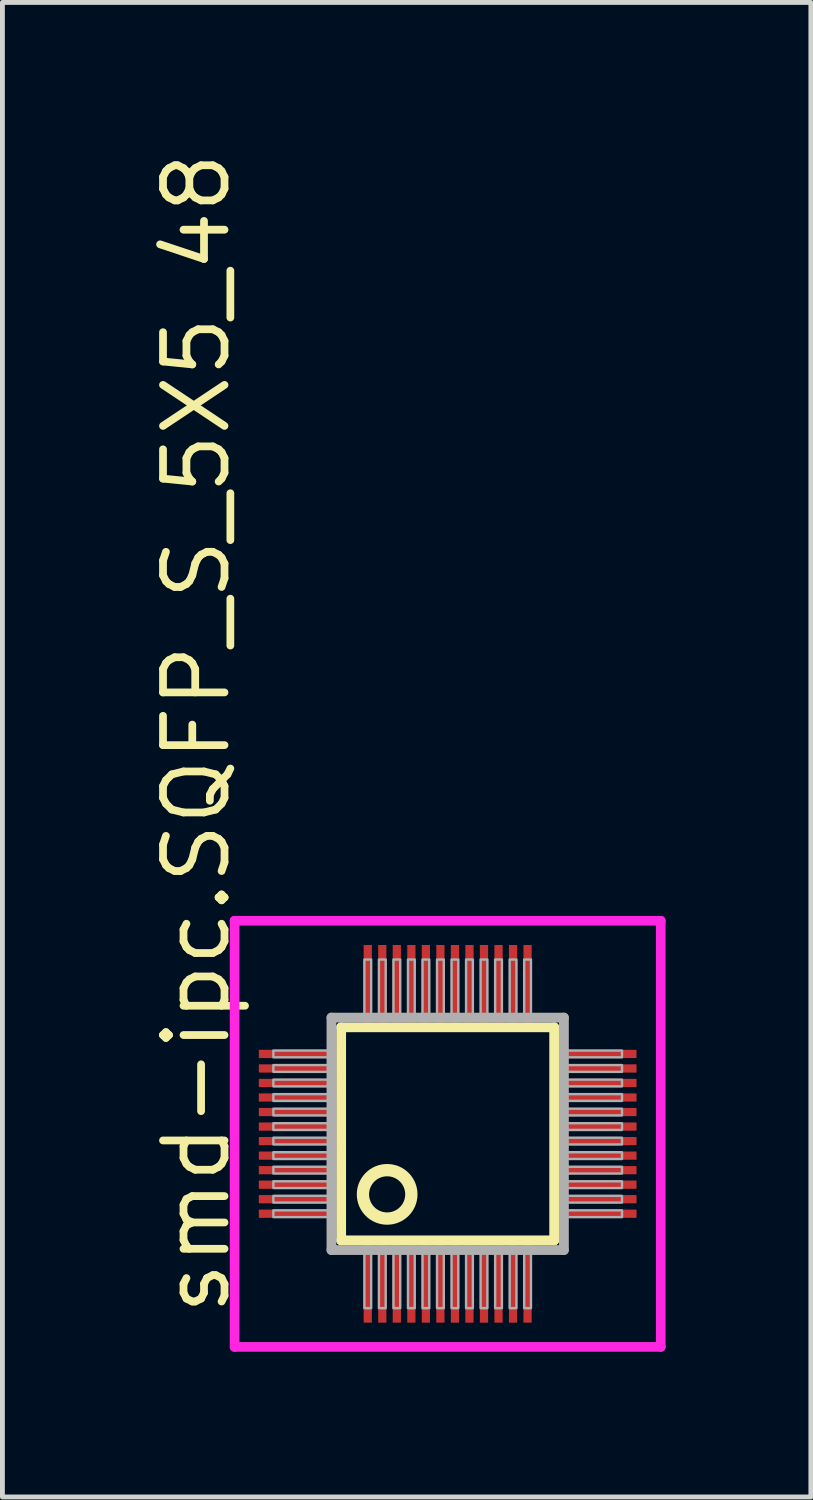
<source format=kicad_pcb>
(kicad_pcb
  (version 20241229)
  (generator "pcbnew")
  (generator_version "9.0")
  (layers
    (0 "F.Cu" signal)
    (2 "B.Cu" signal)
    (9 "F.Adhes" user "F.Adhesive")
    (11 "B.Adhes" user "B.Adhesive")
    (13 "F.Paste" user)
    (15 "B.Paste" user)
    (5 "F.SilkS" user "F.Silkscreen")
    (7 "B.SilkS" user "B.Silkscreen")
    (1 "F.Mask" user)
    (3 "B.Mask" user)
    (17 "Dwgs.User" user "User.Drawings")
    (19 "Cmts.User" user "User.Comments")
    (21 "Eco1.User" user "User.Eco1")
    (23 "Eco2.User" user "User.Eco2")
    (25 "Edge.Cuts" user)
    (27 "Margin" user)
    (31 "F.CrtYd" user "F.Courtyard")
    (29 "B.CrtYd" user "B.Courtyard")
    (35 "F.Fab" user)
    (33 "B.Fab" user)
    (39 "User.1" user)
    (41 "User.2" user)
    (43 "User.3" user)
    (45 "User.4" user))
  (footprint "smd-ipc.SQFP_S_5X5_48"
    (layer "F.Cu")
    (at 6.195 20.365)
    (property "Reference" "smd-ipc.SQFP_S_5X5_48" (at -4.445 3.81 90) (layer "F.SilkS") (effects (font (size 1.27 1.27) (thickness 0.16)) (justify left bottom)))
    (attr smd)
    (fp_line (start -2.2 -2.2) (end 2.2 -2.2) (stroke (width 0.203) (type default)) (layer "F.SilkS"))
    (fp_line (start -2.2 2.2) (end -2.2 -2.2) (stroke (width 0.203) (type default)) (layer "F.SilkS"))
    (fp_line (start 2.2 -2.2) (end 2.2 2.2) (stroke (width 0.203) (type default)) (layer "F.SilkS"))
    (fp_line (start 2.2 2.2) (end -2.2 2.2) (stroke (width 0.203) (type default)) (layer "F.SilkS"))
    (fp_circle (center -1.25 1.25) (end -0.75 1.25) (stroke (width 0.254) (type default)) (fill no) (layer "F.SilkS"))
    (fp_line (start -4.4 -4.4) (end 4.4 -4.4) (stroke (width 0.2) (type default)) (layer "F.CrtYd"))
    (fp_line (start -4.4 4.4) (end -4.4 -4.4) (stroke (width 0.2) (type default)) (layer "F.CrtYd"))
    (fp_line (start 4.4 -4.4) (end 4.4 4.4) (stroke (width 0.2) (type default)) (layer "F.CrtYd"))
    (fp_line (start 4.4 4.4) (end -4.4 4.4) (stroke (width 0.2) (type default)) (layer "F.CrtYd"))
    (fp_line (start -2.4 -2.4) (end -2.4 2.4) (stroke (width 0.203) (type default)) (layer "F.Fab"))
    (fp_line (start -2.4 2.4) (end 2.4 2.4) (stroke (width 0.203) (type default)) (layer "F.Fab"))
    (fp_line (start 2.4 -2.4) (end -2.4 -2.4) (stroke (width 0.203) (type default)) (layer "F.Fab"))
    (fp_line (start 2.4 2.4) (end 2.4 -2.4) (stroke (width 0.203) (type default)) (layer "F.Fab"))
    (fp_rect (start -3.6 -1.58) (end -2.45 -1.72) (stroke (width 0.05) (type default)) (fill no) (layer "F.Fab"))
    (fp_rect (start -3.6 -1.28) (end -2.45 -1.42) (stroke (width 0.05) (type default)) (fill no) (layer "F.Fab"))
    (fp_rect (start -3.6 -0.98) (end -2.45 -1.12) (stroke (width 0.05) (type default)) (fill no) (layer "F.Fab"))
    (fp_rect (start -3.6 -0.68) (end -2.45 -0.82) (stroke (width 0.05) (type default)) (fill no) (layer "F.Fab"))
    (fp_rect (start -3.6 -0.38) (end -2.45 -0.52) (stroke (width 0.05) (type default)) (fill no) (layer "F.Fab"))
    (fp_rect (start -3.6 -0.08) (end -2.45 -0.22) (stroke (width 0.05) (type default)) (fill no) (layer "F.Fab"))
    (fp_rect (start -3.6 0.22) (end -2.45 0.08) (stroke (width 0.05) (type default)) (fill no) (layer "F.Fab"))
    (fp_rect (start -3.6 0.52) (end -2.45 0.38) (stroke (width 0.05) (type default)) (fill no) (layer "F.Fab"))
    (fp_rect (start -3.6 0.82) (end -2.45 0.68) (stroke (width 0.05) (type default)) (fill no) (layer "F.Fab"))
    (fp_rect (start -3.6 1.12) (end -2.45 0.98) (stroke (width 0.05) (type default)) (fill no) (layer "F.Fab"))
    (fp_rect (start -3.6 1.42) (end -2.45 1.28) (stroke (width 0.05) (type default)) (fill no) (layer "F.Fab"))
    (fp_rect (start -3.6 1.72) (end -2.45 1.58) (stroke (width 0.05) (type default)) (fill no) (layer "F.Fab"))
    (fp_rect (start -1.72 -2.45) (end -1.58 -3.6) (stroke (width 0.05) (type default)) (fill no) (layer "F.Fab"))
    (fp_rect (start -1.72 3.6) (end -1.58 2.45) (stroke (width 0.05) (type default)) (fill no) (layer "F.Fab"))
    (fp_rect (start -1.42 -2.45) (end -1.28 -3.6) (stroke (width 0.05) (type default)) (fill no) (layer "F.Fab"))
    (fp_rect (start -1.42 3.6) (end -1.28 2.45) (stroke (width 0.05) (type default)) (fill no) (layer "F.Fab"))
    (fp_rect (start -1.12 -2.45) (end -0.98 -3.6) (stroke (width 0.05) (type default)) (fill no) (layer "F.Fab"))
    (fp_rect (start -1.12 3.6) (end -0.98 2.45) (stroke (width 0.05) (type default)) (fill no) (layer "F.Fab"))
    (fp_rect (start -0.82 -2.45) (end -0.68 -3.6) (stroke (width 0.05) (type default)) (fill no) (layer "F.Fab"))
    (fp_rect (start -0.82 3.6) (end -0.68 2.45) (stroke (width 0.05) (type default)) (fill no) (layer "F.Fab"))
    (fp_rect (start -0.52 -2.45) (end -0.38 -3.6) (stroke (width 0.05) (type default)) (fill no) (layer "F.Fab"))
    (fp_rect (start -0.52 3.6) (end -0.38 2.45) (stroke (width 0.05) (type default)) (fill no) (layer "F.Fab"))
    (fp_rect (start -0.22 -2.45) (end -0.08 -3.6) (stroke (width 0.05) (type default)) (fill no) (layer "F.Fab"))
    (fp_rect (start -0.22 3.6) (end -0.08 2.45) (stroke (width 0.05) (type default)) (fill no) (layer "F.Fab"))
    (fp_rect (start 0.08 -2.45) (end 0.22 -3.6) (stroke (width 0.05) (type default)) (fill no) (layer "F.Fab"))
    (fp_rect (start 0.08 3.6) (end 0.22 2.45) (stroke (width 0.05) (type default)) (fill no) (layer "F.Fab"))
    (fp_rect (start 0.38 -2.45) (end 0.52 -3.6) (stroke (width 0.05) (type default)) (fill no) (layer "F.Fab"))
    (fp_rect (start 0.38 3.6) (end 0.52 2.45) (stroke (width 0.05) (type default)) (fill no) (layer "F.Fab"))
    (fp_rect (start 0.68 -2.45) (end 0.82 -3.6) (stroke (width 0.05) (type default)) (fill no) (layer "F.Fab"))
    (fp_rect (start 0.68 3.6) (end 0.82 2.45) (stroke (width 0.05) (type default)) (fill no) (layer "F.Fab"))
    (fp_rect (start 0.98 -2.45) (end 1.12 -3.6) (stroke (width 0.05) (type default)) (fill no) (layer "F.Fab"))
    (fp_rect (start 0.98 3.6) (end 1.12 2.45) (stroke (width 0.05) (type default)) (fill no) (layer "F.Fab"))
    (fp_rect (start 1.28 -2.45) (end 1.42 -3.6) (stroke (width 0.05) (type default)) (fill no) (layer "F.Fab"))
    (fp_rect (start 1.28 3.6) (end 1.42 2.45) (stroke (width 0.05) (type default)) (fill no) (layer "F.Fab"))
    (fp_rect (start 1.58 -2.45) (end 1.72 -3.6) (stroke (width 0.05) (type default)) (fill no) (layer "F.Fab"))
    (fp_rect (start 1.58 3.6) (end 1.72 2.45) (stroke (width 0.05) (type default)) (fill no) (layer "F.Fab"))
    (fp_rect (start 2.45 -1.58) (end 3.6 -1.72) (stroke (width 0.05) (type default)) (fill no) (layer "F.Fab"))
    (fp_rect (start 2.45 -1.28) (end 3.6 -1.42) (stroke (width 0.05) (type default)) (fill no) (layer "F.Fab"))
    (fp_rect (start 2.45 -0.98) (end 3.6 -1.12) (stroke (width 0.05) (type default)) (fill no) (layer "F.Fab"))
    (fp_rect (start 2.45 -0.68) (end 3.6 -0.82) (stroke (width 0.05) (type default)) (fill no) (layer "F.Fab"))
    (fp_rect (start 2.45 -0.38) (end 3.6 -0.52) (stroke (width 0.05) (type default)) (fill no) (layer "F.Fab"))
    (fp_rect (start 2.45 -0.08) (end 3.6 -0.22) (stroke (width 0.05) (type default)) (fill no) (layer "F.Fab"))
    (fp_rect (start 2.45 0.22) (end 3.6 0.08) (stroke (width 0.05) (type default)) (fill no) (layer "F.Fab"))
    (fp_rect (start 2.45 0.52) (end 3.6 0.38) (stroke (width 0.05) (type default)) (fill no) (layer "F.Fab"))
    (fp_rect (start 2.45 0.82) (end 3.6 0.68) (stroke (width 0.05) (type default)) (fill no) (layer "F.Fab"))
    (fp_rect (start 2.45 1.12) (end 3.6 0.98) (stroke (width 0.05) (type default)) (fill no) (layer "F.Fab"))
    (fp_rect (start 2.45 1.42) (end 3.6 1.28) (stroke (width 0.05) (type default)) (fill no) (layer "F.Fab"))
    (fp_rect (start 2.45 1.72) (end 3.6 1.58) (stroke (width 0.05) (type default)) (fill no) (layer "F.Fab"))
    (pad "1" smd roundrect (at -1.65 3.1) (size 0.17 1.6) (layers "F.Cu" "F.Mask" "F.Paste") (roundrect_rratio 0.01))
    (pad "2" smd roundrect (at -1.35 3.1) (size 0.17 1.6) (layers "F.Cu" "F.Mask" "F.Paste") (roundrect_rratio 0.01))
    (pad "3" smd roundrect (at -1.05 3.1) (size 0.17 1.6) (layers "F.Cu" "F.Mask" "F.Paste") (roundrect_rratio 0.01))
    (pad "4" smd roundrect (at -0.75 3.1) (size 0.17 1.6) (layers "F.Cu" "F.Mask" "F.Paste") (roundrect_rratio 0.01))
    (pad "5" smd roundrect (at -0.45 3.1) (size 0.17 1.6) (layers "F.Cu" "F.Mask" "F.Paste") (roundrect_rratio 0.01))
    (pad "6" smd roundrect (at -0.15 3.1) (size 0.17 1.6) (layers "F.Cu" "F.Mask" "F.Paste") (roundrect_rratio 0.01))
    (pad "7" smd roundrect (at 0.15 3.1) (size 0.17 1.6) (layers "F.Cu" "F.Mask" "F.Paste") (roundrect_rratio 0.01))
    (pad "8" smd roundrect (at 0.45 3.1) (size 0.17 1.6) (layers "F.Cu" "F.Mask" "F.Paste") (roundrect_rratio 0.01))
    (pad "9" smd roundrect (at 0.75 3.1) (size 0.17 1.6) (layers "F.Cu" "F.Mask" "F.Paste") (roundrect_rratio 0.01))
    (pad "10" smd roundrect (at 1.05 3.1) (size 0.17 1.6) (layers "F.Cu" "F.Mask" "F.Paste") (roundrect_rratio 0.01))
    (pad "11" smd roundrect (at 1.35 3.1) (size 0.17 1.6) (layers "F.Cu" "F.Mask" "F.Paste") (roundrect_rratio 0.01))
    (pad "12" smd roundrect (at 1.65 3.1) (size 0.17 1.6) (layers "F.Cu" "F.Mask" "F.Paste") (roundrect_rratio 0.01))
    (pad "13" smd roundrect (at 3.1 1.65) (size 1.6 0.17) (layers "F.Cu" "F.Mask" "F.Paste") (roundrect_rratio 0.01))
    (pad "14" smd roundrect (at 3.1 1.35) (size 1.6 0.17) (layers "F.Cu" "F.Mask" "F.Paste") (roundrect_rratio 0.01))
    (pad "15" smd roundrect (at 3.1 1.05) (size 1.6 0.17) (layers "F.Cu" "F.Mask" "F.Paste") (roundrect_rratio 0.01))
    (pad "16" smd roundrect (at 3.1 0.75) (size 1.6 0.17) (layers "F.Cu" "F.Mask" "F.Paste") (roundrect_rratio 0.01))
    (pad "17" smd roundrect (at 3.1 0.45) (size 1.6 0.17) (layers "F.Cu" "F.Mask" "F.Paste") (roundrect_rratio 0.01))
    (pad "18" smd roundrect (at 3.1 0.15) (size 1.6 0.17) (layers "F.Cu" "F.Mask" "F.Paste") (roundrect_rratio 0.01))
    (pad "19" smd roundrect (at 3.1 -0.15) (size 1.6 0.17) (layers "F.Cu" "F.Mask" "F.Paste") (roundrect_rratio 0.01))
    (pad "20" smd roundrect (at 3.1 -0.45) (size 1.6 0.17) (layers "F.Cu" "F.Mask" "F.Paste") (roundrect_rratio 0.01))
    (pad "21" smd roundrect (at 3.1 -0.75) (size 1.6 0.17) (layers "F.Cu" "F.Mask" "F.Paste") (roundrect_rratio 0.01))
    (pad "22" smd roundrect (at 3.1 -1.05) (size 1.6 0.17) (layers "F.Cu" "F.Mask" "F.Paste") (roundrect_rratio 0.01))
    (pad "23" smd roundrect (at 3.1 -1.35) (size 1.6 0.17) (layers "F.Cu" "F.Mask" "F.Paste") (roundrect_rratio 0.01))
    (pad "24" smd roundrect (at 3.1 -1.65) (size 1.6 0.17) (layers "F.Cu" "F.Mask" "F.Paste") (roundrect_rratio 0.01))
    (pad "25" smd roundrect (at 1.65 -3.1) (size 0.17 1.6) (layers "F.Cu" "F.Mask" "F.Paste") (roundrect_rratio 0.01))
    (pad "26" smd roundrect (at 1.35 -3.1) (size 0.17 1.6) (layers "F.Cu" "F.Mask" "F.Paste") (roundrect_rratio 0.01))
    (pad "27" smd roundrect (at 1.05 -3.1) (size 0.17 1.6) (layers "F.Cu" "F.Mask" "F.Paste") (roundrect_rratio 0.01))
    (pad "28" smd roundrect (at 0.75 -3.1) (size 0.17 1.6) (layers "F.Cu" "F.Mask" "F.Paste") (roundrect_rratio 0.01))
    (pad "29" smd roundrect (at 0.45 -3.1) (size 0.17 1.6) (layers "F.Cu" "F.Mask" "F.Paste") (roundrect_rratio 0.01))
    (pad "30" smd roundrect (at 0.15 -3.1) (size 0.17 1.6) (layers "F.Cu" "F.Mask" "F.Paste") (roundrect_rratio 0.01))
    (pad "31" smd roundrect (at -0.15 -3.1) (size 0.17 1.6) (layers "F.Cu" "F.Mask" "F.Paste") (roundrect_rratio 0.01))
    (pad "32" smd roundrect (at -0.45 -3.1) (size 0.17 1.6) (layers "F.Cu" "F.Mask" "F.Paste") (roundrect_rratio 0.01))
    (pad "33" smd roundrect (at -0.75 -3.1) (size 0.17 1.6) (layers "F.Cu" "F.Mask" "F.Paste") (roundrect_rratio 0.01))
    (pad "34" smd roundrect (at -1.05 -3.1) (size 0.17 1.6) (layers "F.Cu" "F.Mask" "F.Paste") (roundrect_rratio 0.01))
    (pad "35" smd roundrect (at -1.35 -3.1) (size 0.17 1.6) (layers "F.Cu" "F.Mask" "F.Paste") (roundrect_rratio 0.01))
    (pad "36" smd roundrect (at -1.65 -3.1) (size 0.17 1.6) (layers "F.Cu" "F.Mask" "F.Paste") (roundrect_rratio 0.01))
    (pad "37" smd roundrect (at -3.1 -1.65) (size 1.6 0.17) (layers "F.Cu" "F.Mask" "F.Paste") (roundrect_rratio 0.01))
    (pad "38" smd roundrect (at -3.1 -1.35) (size 1.6 0.17) (layers "F.Cu" "F.Mask" "F.Paste") (roundrect_rratio 0.01))
    (pad "39" smd roundrect (at -3.1 -1.05) (size 1.6 0.17) (layers "F.Cu" "F.Mask" "F.Paste") (roundrect_rratio 0.01))
    (pad "40" smd roundrect (at -3.1 -0.75) (size 1.6 0.17) (layers "F.Cu" "F.Mask" "F.Paste") (roundrect_rratio 0.01))
    (pad "41" smd roundrect (at -3.1 -0.45) (size 1.6 0.17) (layers "F.Cu" "F.Mask" "F.Paste") (roundrect_rratio 0.01))
    (pad "42" smd roundrect (at -3.1 -0.15) (size 1.6 0.17) (layers "F.Cu" "F.Mask" "F.Paste") (roundrect_rratio 0.01))
    (pad "43" smd roundrect (at -3.1 0.15) (size 1.6 0.17) (layers "F.Cu" "F.Mask" "F.Paste") (roundrect_rratio 0.01))
    (pad "44" smd roundrect (at -3.1 0.45) (size 1.6 0.17) (layers "F.Cu" "F.Mask" "F.Paste") (roundrect_rratio 0.01))
    (pad "45" smd roundrect (at -3.1 0.75) (size 1.6 0.17) (layers "F.Cu" "F.Mask" "F.Paste") (roundrect_rratio 0.01))
    (pad "46" smd roundrect (at -3.1 1.05) (size 1.6 0.17) (layers "F.Cu" "F.Mask" "F.Paste") (roundrect_rratio 0.01))
    (pad "47" smd roundrect (at -3.1 1.35) (size 1.6 0.17) (layers "F.Cu" "F.Mask" "F.Paste") (roundrect_rratio 0.01))
    (pad "48" smd roundrect (at -3.1 1.65) (size 1.6 0.17) (layers "F.Cu" "F.Mask" "F.Paste") (roundrect_rratio 0.01)))
  (gr_rect
    (start -3 -3)
    (end 13.695 27.864)
    (stroke (width 0.1) (type default))
    (fill no)
    (layer "Edge.Cuts")))
</source>
